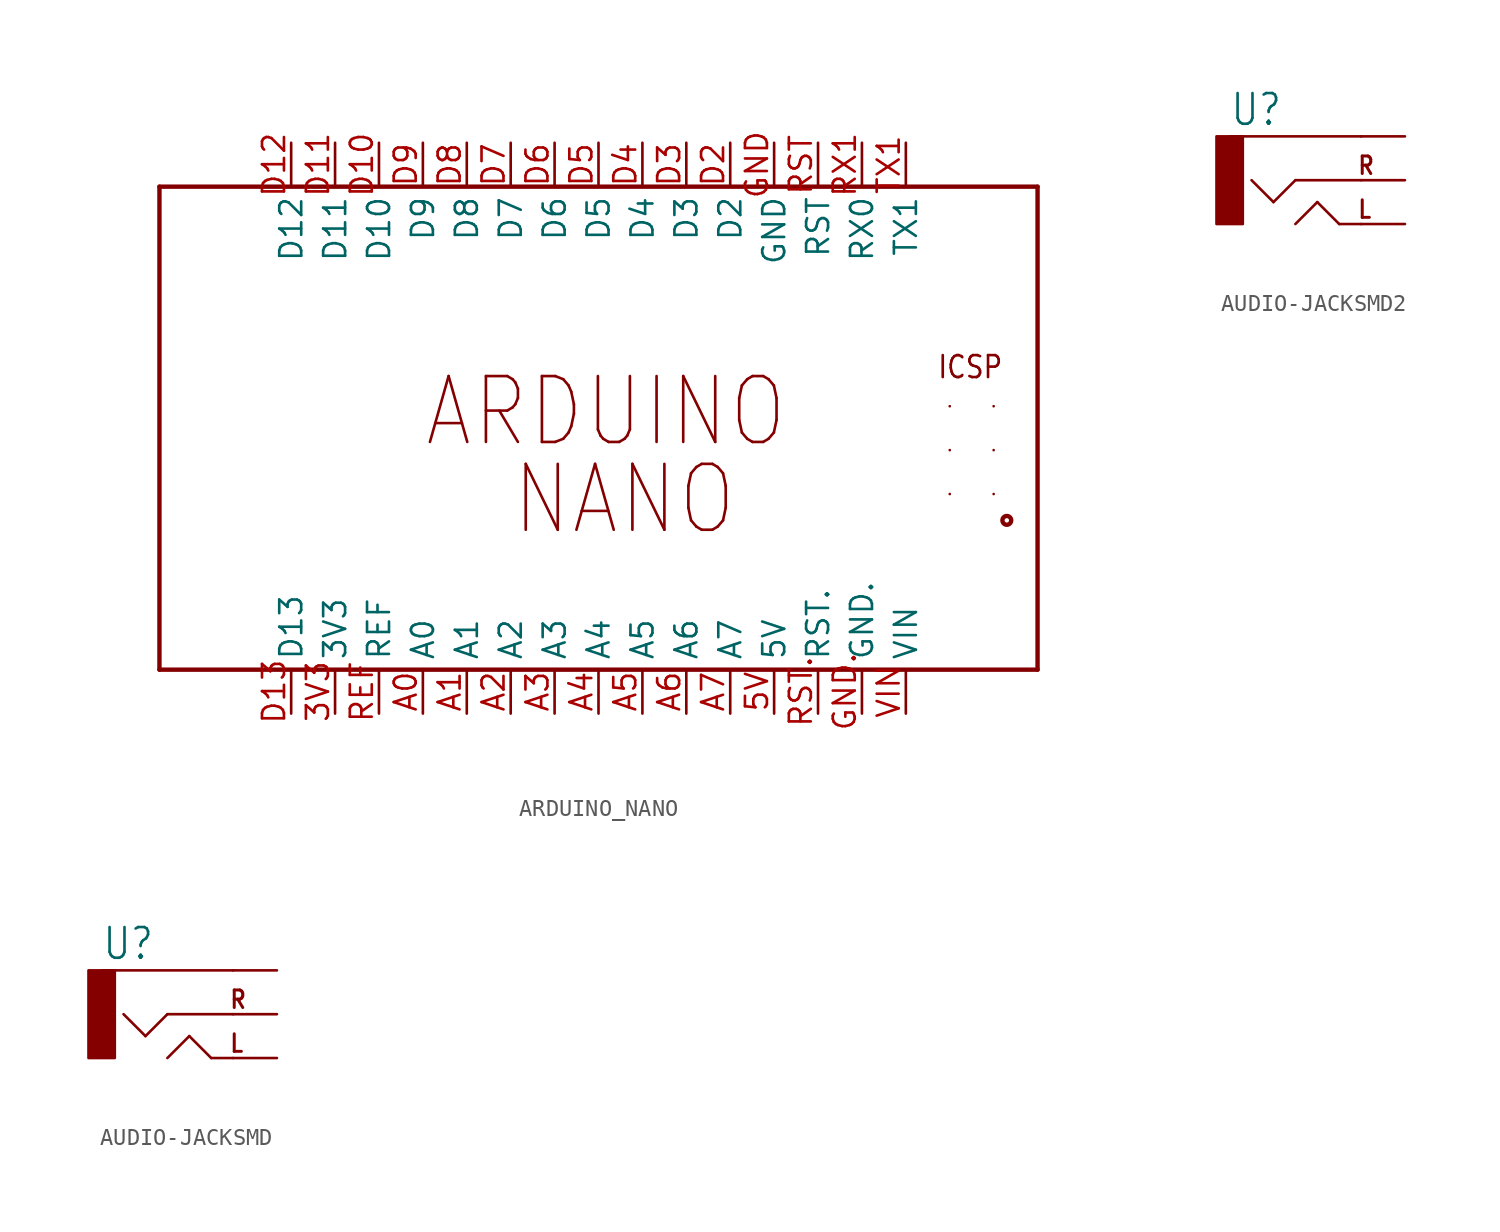
<source format=kicad_sym>
(kicad_symbol_lib
  (version 20231120)
  (generator "kicad_symbol_editor")
  (generator_version "8.0")
  (symbol "ARDUINO_NANO"
    (property "Reference" "PCB"
      (at 0 0 0)
      (effects (font (size 1.27 1.27)) (hide yes)))
    (property "ki_locked" ""
      (at 0 0 0)
      (effects (font (size 1.27 1.27))))
    (symbol "ARDUINO_NANO_1_0"
      (polyline (pts (xy -25.4 -15.24) (xy -25.4 12.7)) (stroke (width 0.254) (type solid)) (fill (type none)))
      (polyline (pts (xy -25.4 12.7) (xy 25.4 12.7)) (stroke (width 0.254) (type solid)) (fill (type none)))
      (polyline (pts (xy 25.4 -15.24) (xy -25.4 -15.24)) (stroke (width 0.254) (type solid)) (fill (type none)))
      (polyline (pts (xy 25.4 12.7) (xy 25.4 -15.24)) (stroke (width 0.254) (type solid)) (fill (type none)))
      (circle (center 23.622 -6.604) (radius 0.254) (stroke (width 0.254) (type solid)) (fill (type none)))
      (text "ARDUINO" (at -10.16 -2.54 0) (effects (font (size 3.81 3.239)) (justify left bottom)))
      (text "ICSP" (at 19.558 1.524 0) (effects (font (size 1.27 1.079)) (justify left bottom)))
      (text "NANO" (at -5.08 -7.62 0) (effects (font (size 3.81 3.239)) (justify left bottom)))
      (pin bidirectional line (at -15.24 -17.78 90) (length 2.54) (name "3V3" (effects (font (size 1.27 1.27)))) (number "3V3" (effects (font (size 1.27 1.27)))))
      (pin bidirectional line (at 10.16 -17.78 90) (length 2.54) (name "5V" (effects (font (size 1.27 1.27)))) (number "5V" (effects (font (size 1.27 1.27)))))
      (pin bidirectional line (at 20.32 -5.08 0) (length 0) (name "5V." (effects (font (size 0 0)))) (number "5V." (effects (font (size 0 0)))))
      (pin bidirectional line (at -10.16 -17.78 90) (length 2.54) (name "A0" (effects (font (size 1.27 1.27)))) (number "A0" (effects (font (size 1.27 1.27)))))
      (pin bidirectional line (at -7.62 -17.78 90) (length 2.54) (name "A1" (effects (font (size 1.27 1.27)))) (number "A1" (effects (font (size 1.27 1.27)))))
      (pin bidirectional line (at -5.08 -17.78 90) (length 2.54) (name "A2" (effects (font (size 1.27 1.27)))) (number "A2" (effects (font (size 1.27 1.27)))))
      (pin bidirectional line (at -2.54 -17.78 90) (length 2.54) (name "A3" (effects (font (size 1.27 1.27)))) (number "A3" (effects (font (size 1.27 1.27)))))
      (pin bidirectional line (at 0 -17.78 90) (length 2.54) (name "A4" (effects (font (size 1.27 1.27)))) (number "A4" (effects (font (size 1.27 1.27)))))
      (pin bidirectional line (at 2.54 -17.78 90) (length 2.54) (name "A5" (effects (font (size 1.27 1.27)))) (number "A5" (effects (font (size 1.27 1.27)))))
      (pin bidirectional line (at 5.08 -17.78 90) (length 2.54) (name "A6" (effects (font (size 1.27 1.27)))) (number "A6" (effects (font (size 1.27 1.27)))))
      (pin bidirectional line (at 7.62 -17.78 90) (length 2.54) (name "A7" (effects (font (size 1.27 1.27)))) (number "A7" (effects (font (size 1.27 1.27)))))
      (pin bidirectional line (at -12.7 15.24 270) (length 2.54) (name "D10" (effects (font (size 1.27 1.27)))) (number "D10" (effects (font (size 1.27 1.27)))))
      (pin bidirectional line (at -15.24 15.24 270) (length 2.54) (name "D11" (effects (font (size 1.27 1.27)))) (number "D11" (effects (font (size 1.27 1.27)))))
      (pin bidirectional line (at -17.78 15.24 270) (length 2.54) (name "D12" (effects (font (size 1.27 1.27)))) (number "D12" (effects (font (size 1.27 1.27)))))
      (pin bidirectional line (at -17.78 -17.78 90) (length 2.54) (name "D13" (effects (font (size 1.27 1.27)))) (number "D13" (effects (font (size 1.27 1.27)))))
      (pin bidirectional line (at 7.62 15.24 270) (length 2.54) (name "D2" (effects (font (size 1.27 1.27)))) (number "D2" (effects (font (size 1.27 1.27)))))
      (pin bidirectional line (at 5.08 15.24 270) (length 2.54) (name "D3" (effects (font (size 1.27 1.27)))) (number "D3" (effects (font (size 1.27 1.27)))))
      (pin bidirectional line (at 2.54 15.24 270) (length 2.54) (name "D4" (effects (font (size 1.27 1.27)))) (number "D4" (effects (font (size 1.27 1.27)))))
      (pin bidirectional line (at 0 15.24 270) (length 2.54) (name "D5" (effects (font (size 1.27 1.27)))) (number "D5" (effects (font (size 1.27 1.27)))))
      (pin bidirectional line (at -2.54 15.24 270) (length 2.54) (name "D6" (effects (font (size 1.27 1.27)))) (number "D6" (effects (font (size 1.27 1.27)))))
      (pin bidirectional line (at -5.08 15.24 270) (length 2.54) (name "D7" (effects (font (size 1.27 1.27)))) (number "D7" (effects (font (size 1.27 1.27)))))
      (pin bidirectional line (at -7.62 15.24 270) (length 2.54) (name "D8" (effects (font (size 1.27 1.27)))) (number "D8" (effects (font (size 1.27 1.27)))))
      (pin bidirectional line (at -10.16 15.24 270) (length 2.54) (name "D9" (effects (font (size 1.27 1.27)))) (number "D9" (effects (font (size 1.27 1.27)))))
      (pin bidirectional line (at 10.16 15.24 270) (length 2.54) (name "GND" (effects (font (size 1.27 1.27)))) (number "GND" (effects (font (size 1.27 1.27)))))
      (pin bidirectional line (at 15.24 -17.78 90) (length 2.54) (name "GND." (effects (font (size 1.27 1.27)))) (number "GND." (effects (font (size 1.27 1.27)))))
      (pin bidirectional line (at 20.32 0 0) (length 0) (name "GND_" (effects (font (size 0 0)))) (number "GND_" (effects (font (size 0 0)))))
      (pin bidirectional line (at 22.86 -5.08 180) (length 0) (name "MISO" (effects (font (size 0 0)))) (number "MISO" (effects (font (size 0 0)))))
      (pin bidirectional line (at 20.32 -2.54 0) (length 0) (name "MOSI" (effects (font (size 0 0)))) (number "MOSI" (effects (font (size 0 0)))))
      (pin bidirectional line (at -12.7 -17.78 90) (length 2.54) (name "REF" (effects (font (size 1.27 1.27)))) (number "REF" (effects (font (size 1.27 1.27)))))
      (pin bidirectional line (at 22.86 0 180) (length 0) (name "RESET.." (effects (font (size 0 0)))) (number "RESET.." (effects (font (size 0 0)))))
      (pin bidirectional line (at 12.7 15.24 270) (length 2.54) (name "RST" (effects (font (size 1.27 1.27)))) (number "RST" (effects (font (size 1.27 1.27)))))
      (pin bidirectional line (at 12.7 -17.78 90) (length 2.54) (name "RST." (effects (font (size 1.27 1.27)))) (number "RST." (effects (font (size 1.27 1.27)))))
      (pin bidirectional line (at 15.24 15.24 270) (length 2.54) (name "RX0" (effects (font (size 1.27 1.27)))) (number "RX1" (effects (font (size 1.27 1.27)))))
      (pin bidirectional line (at 22.86 -2.54 180) (length 0) (name "SCK" (effects (font (size 0 0)))) (number "SCK" (effects (font (size 0 0)))))
      (pin bidirectional line (at 17.78 15.24 270) (length 2.54) (name "TX1" (effects (font (size 1.27 1.27)))) (number "TX1" (effects (font (size 1.27 1.27)))))
      (pin bidirectional line (at 17.78 -17.78 90) (length 2.54) (name "VIN" (effects (font (size 1.27 1.27)))) (number "VIN" (effects (font (size 1.27 1.27)))))))
  (symbol "AUDIO-JACKSMD2"
    (property "Reference" "U"
      (at -5.08 3.048 0)
      (effects (font (size 1.778 1.511)) (justify left bottom)))
    (property "Value" ""
      (at -5.08 -5.08 0)
      (effects (font (size 1.778 1.511)) (justify left bottom)))
    (property "ki_locked" ""
      (at 0 0 0)
      (effects (font (size 1.27 1.27))))
    (symbol "AUDIO-JACKSMD2_1_0"
      (rectangle (start -5.842 2.54) (end -4.318 -2.54) (stroke (width 0) (type default)) (fill (type outline)))
      (polyline (pts (xy -2.54 -1.27) (xy -3.81 0)) (stroke (width 0.152) (type solid)) (fill (type none)))
      (polyline (pts (xy -1.27 -2.54) (xy 0 -1.27)) (stroke (width 0.152) (type solid)) (fill (type none)))
      (polyline (pts (xy -1.27 0) (xy -2.54 -1.27)) (stroke (width 0.152) (type solid)) (fill (type none)))
      (polyline (pts (xy 0 -1.27) (xy 1.27 -2.54)) (stroke (width 0.152) (type solid)) (fill (type none)))
      (polyline (pts (xy 1.27 -2.54) (xy 2.54 -2.54)) (stroke (width 0.152) (type solid)) (fill (type none)))
      (polyline (pts (xy 2.54 0) (xy -1.27 0)) (stroke (width 0.152) (type solid)) (fill (type none)))
      (polyline (pts (xy 2.54 2.54) (xy -5.08 2.54)) (stroke (width 0.152) (type solid)) (fill (type none)))
      (text "L" (at 2.286 -2.286 0) (effects (font (size 1.016 0.864) (thickness 0.173) (bold yes)) (justify left bottom)))
      (text "R" (at 2.286 0.254 0) (effects (font (size 1.016 0.864) (thickness 0.173) (bold yes)) (justify left bottom)))
      (pin bidirectional line (at 5.08 0 180) (length 2.54) (name "RIGHT" (effects (font (size 0 0)))) (number "RING" (effects (font (size 0 0)))))
      (pin bidirectional line (at 5.08 2.54 180) (length 2.54) (name "SLEEVE" (effects (font (size 0 0)))) (number "SLEEVE" (effects (font (size 0 0)))))
      (pin bidirectional line (at 5.08 -2.54 180) (length 2.54) (name "LEFT" (effects (font (size 0 0)))) (number "TIP" (effects (font (size 0 0)))))))
  (symbol "AUDIO-JACKSMD"
    (property "Reference" "U"
      (at -5.08 3.048 0)
      (effects (font (size 1.778 1.511)) (justify left bottom)))
    (property "Value" ""
      (at -5.08 -5.08 0)
      (effects (font (size 1.778 1.511)) (justify left bottom)))
    (property "ki_locked" ""
      (at 0 0 0)
      (effects (font (size 1.27 1.27))))
    (symbol "AUDIO-JACKSMD_1_0"
      (rectangle (start -5.842 2.54) (end -4.318 -2.54) (stroke (width 0) (type default)) (fill (type outline)))
      (polyline (pts (xy -2.54 -1.27) (xy -3.81 0)) (stroke (width 0.152) (type solid)) (fill (type none)))
      (polyline (pts (xy -1.27 -2.54) (xy 0 -1.27)) (stroke (width 0.152) (type solid)) (fill (type none)))
      (polyline (pts (xy -1.27 0) (xy -2.54 -1.27)) (stroke (width 0.152) (type solid)) (fill (type none)))
      (polyline (pts (xy 0 -1.27) (xy 1.27 -2.54)) (stroke (width 0.152) (type solid)) (fill (type none)))
      (polyline (pts (xy 1.27 -2.54) (xy 2.54 -2.54)) (stroke (width 0.152) (type solid)) (fill (type none)))
      (polyline (pts (xy 2.54 0) (xy -1.27 0)) (stroke (width 0.152) (type solid)) (fill (type none)))
      (polyline (pts (xy 2.54 2.54) (xy -5.08 2.54)) (stroke (width 0.152) (type solid)) (fill (type none)))
      (text "L" (at 2.286 -2.286 0) (effects (font (size 1.016 0.864) (thickness 0.173) (bold yes)) (justify left bottom)))
      (text "R" (at 2.286 0.254 0) (effects (font (size 1.016 0.864) (thickness 0.173) (bold yes)) (justify left bottom)))
      (pin bidirectional line (at 5.08 -2.54 180) (length 2.54) (name "LEFT" (effects (font (size 0 0)))) (number "1" (effects (font (size 0 0)))))
      (pin bidirectional line (at 5.08 0 180) (length 2.54) (name "RIGHT" (effects (font (size 0 0)))) (number "4" (effects (font (size 0 0)))))
      (pin bidirectional line (at 5.08 2.54 180) (length 2.54) (name "SLEEVE" (effects (font (size 0 0)))) (number "5" (effects (font (size 0 0))))))))
</source>
